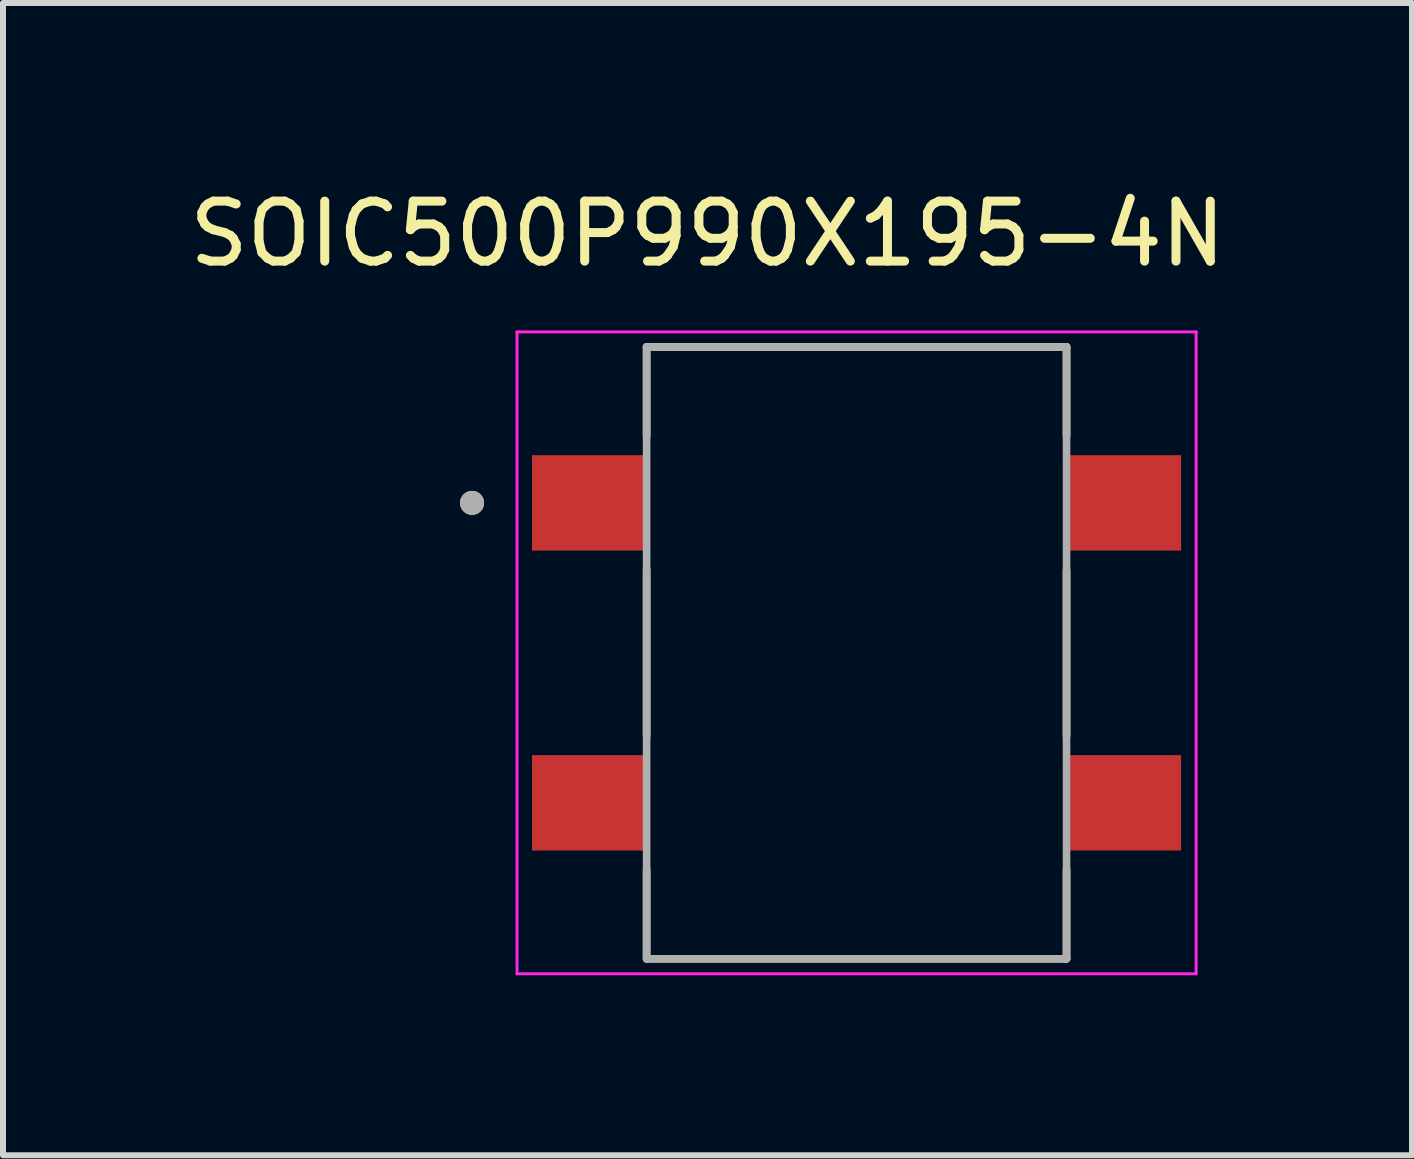
<source format=kicad_pcb>
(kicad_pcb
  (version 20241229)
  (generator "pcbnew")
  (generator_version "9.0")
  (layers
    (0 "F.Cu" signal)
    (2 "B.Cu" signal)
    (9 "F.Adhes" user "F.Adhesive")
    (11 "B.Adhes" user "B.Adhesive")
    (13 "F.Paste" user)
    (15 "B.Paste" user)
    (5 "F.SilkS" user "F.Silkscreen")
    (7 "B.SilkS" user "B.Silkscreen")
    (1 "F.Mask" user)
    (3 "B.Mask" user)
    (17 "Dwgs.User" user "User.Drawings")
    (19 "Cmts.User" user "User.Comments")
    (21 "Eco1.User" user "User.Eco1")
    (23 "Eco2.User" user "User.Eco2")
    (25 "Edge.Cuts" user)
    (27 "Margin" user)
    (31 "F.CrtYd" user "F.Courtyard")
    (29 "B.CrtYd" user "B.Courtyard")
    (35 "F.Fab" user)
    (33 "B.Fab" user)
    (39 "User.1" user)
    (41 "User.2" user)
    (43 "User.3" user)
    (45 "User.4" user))
  (footprint "SOIC500P990X195-4N"
    (layer "F.Cu")
    (at 11.229 7.833)
    (property "Reference" "SOIC500P990X195-4N" (at -2.485 -6.985 0) (layer "F.SilkS") (effects (font (size 1 1) (thickness 0.15))))
    (attr smd)
    (fp_line (start -3.5 -5.1) (end 3.5 -5.1) (stroke (width 0.127) (type solid)) (layer "F.SilkS"))
    (fp_line (start -3.5 -3.615) (end -3.5 -5.1) (stroke (width 0.127) (type solid)) (layer "F.SilkS"))
    (fp_line (start -3.5 -1.385) (end -3.5 1.385) (stroke (width 0.127) (type solid)) (layer "F.SilkS"))
    (fp_line (start -3.5 5.1) (end -3.5 3.615) (stroke (width 0.127) (type solid)) (layer "F.SilkS"))
    (fp_line (start 3.5 -5.1) (end 3.5 -3.615) (stroke (width 0.127) (type solid)) (layer "F.SilkS"))
    (fp_line (start 3.5 -1.385) (end 3.5 1.385) (stroke (width 0.127) (type solid)) (layer "F.SilkS"))
    (fp_line (start 3.5 5.1) (end -3.5 5.1) (stroke (width 0.127) (type solid)) (layer "F.SilkS"))
    (fp_line (start 3.5 5.1) (end 3.5 3.615) (stroke (width 0.127) (type solid)) (layer "F.SilkS"))
    (fp_circle (center -6.41 -2.5) (end -6.31 -2.5) (stroke (width 0.2) (type solid)) (fill no) (layer "F.SilkS"))
    (fp_line (start -5.66 -5.35) (end -5.66 5.35) (stroke (width 0.05) (type solid)) (layer "F.CrtYd"))
    (fp_line (start -5.66 5.35) (end 5.66 5.35) (stroke (width 0.05) (type solid)) (layer "F.CrtYd"))
    (fp_line (start 5.66 -5.35) (end -5.66 -5.35) (stroke (width 0.05) (type solid)) (layer "F.CrtYd"))
    (fp_line (start 5.66 5.35) (end 5.66 -5.35) (stroke (width 0.05) (type solid)) (layer "F.CrtYd"))
    (fp_line (start -3.5 -5.1) (end 3.5 -5.1) (stroke (width 0.127) (type solid)) (layer "F.Fab"))
    (fp_line (start -3.5 5.1) (end -3.5 -5.1) (stroke (width 0.127) (type solid)) (layer "F.Fab"))
    (fp_line (start 3.5 -5.1) (end 3.5 5.1) (stroke (width 0.127) (type solid)) (layer "F.Fab"))
    (fp_line (start 3.5 5.1) (end -3.5 5.1) (stroke (width 0.127) (type solid)) (layer "F.Fab"))
    (fp_circle (center -6.41 -2.5) (end -6.31 -2.5) (stroke (width 0.2) (type solid)) (fill no) (layer "F.Fab"))
    (pad "1" smd rect (at -4.485 -2.5) (size 1.85 1.59) (layers "F.Cu" "F.Mask" "F.Paste"))
    (pad "2" smd rect (at -4.485 2.5) (size 1.85 1.59) (layers "F.Cu" "F.Mask" "F.Paste"))
    (pad "3" smd rect (at 4.485 2.5) (size 1.85 1.59) (layers "F.Cu" "F.Mask" "F.Paste"))
    (pad "4" smd rect (at 4.485 -2.5) (size 1.85 1.59) (layers "F.Cu" "F.Mask" "F.Paste")))
  (gr_rect
    (start -3 -3)
    (end 20.488 16.208)
    (stroke (width 0.1) (type default))
    (fill no)
    (layer "Edge.Cuts")))
</source>
